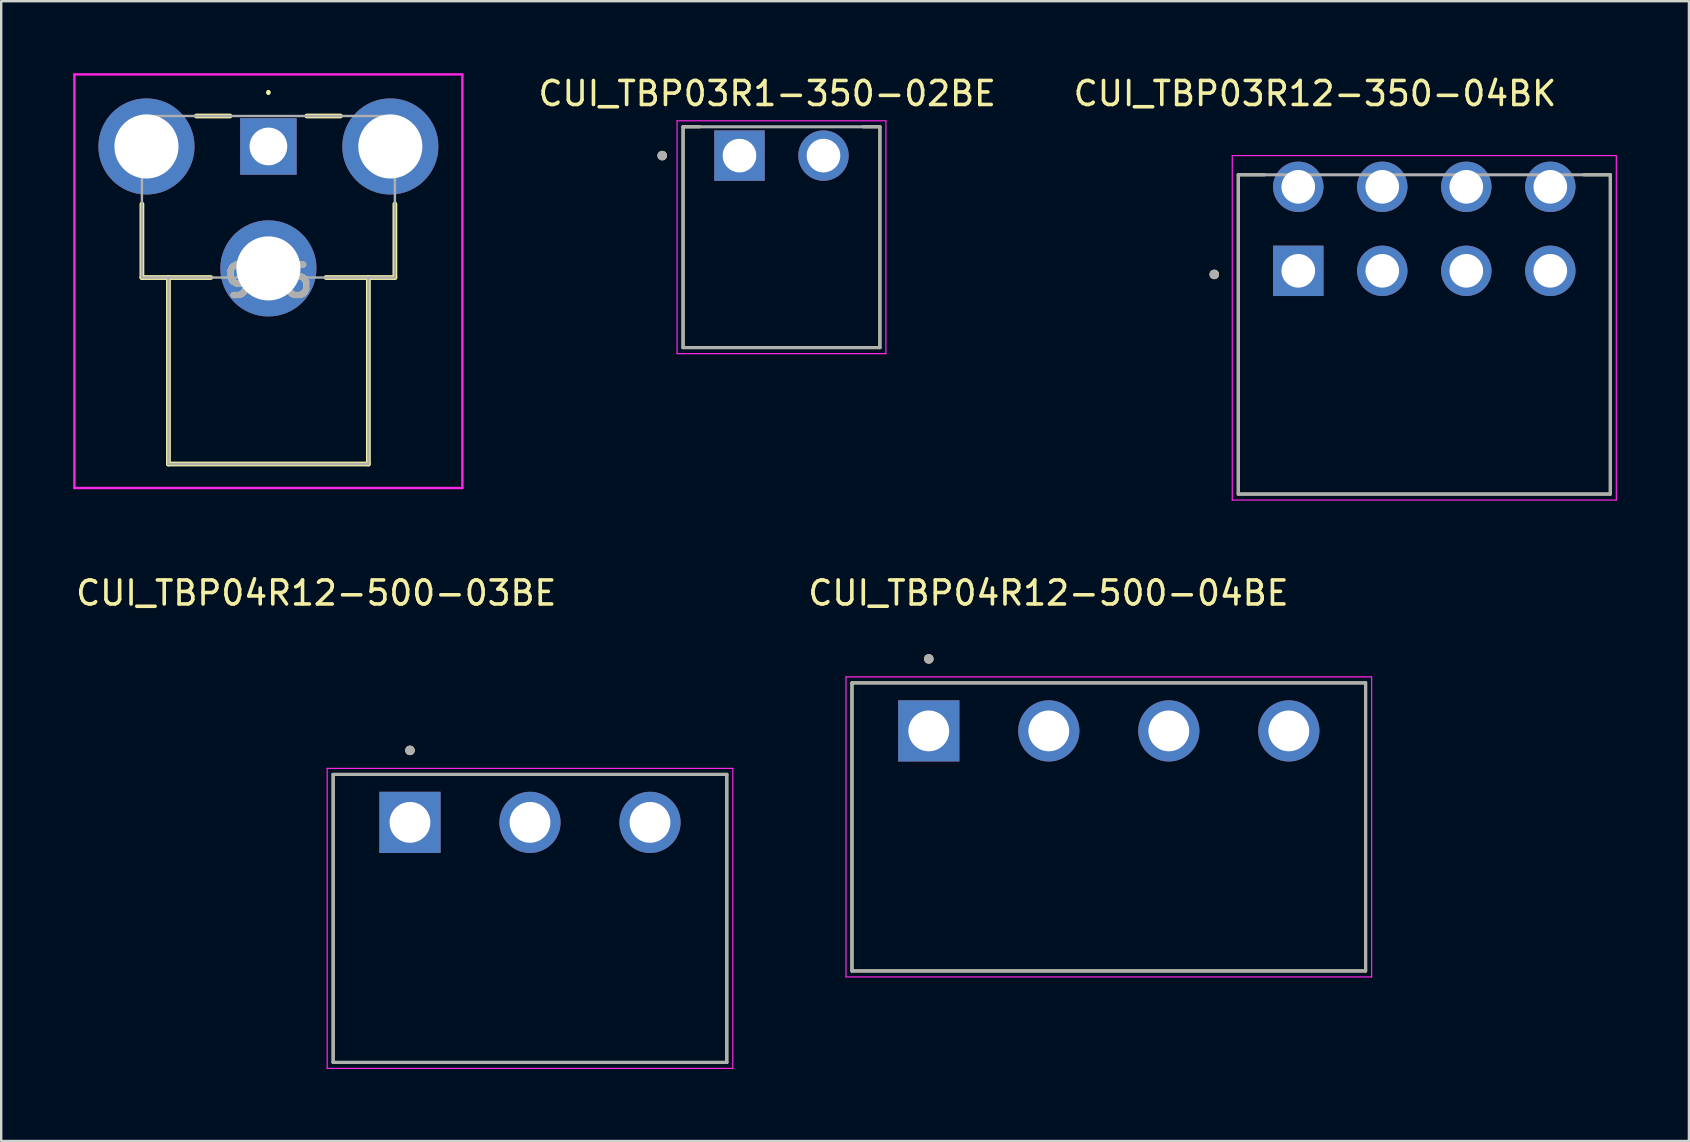
<source format=kicad_pcb>
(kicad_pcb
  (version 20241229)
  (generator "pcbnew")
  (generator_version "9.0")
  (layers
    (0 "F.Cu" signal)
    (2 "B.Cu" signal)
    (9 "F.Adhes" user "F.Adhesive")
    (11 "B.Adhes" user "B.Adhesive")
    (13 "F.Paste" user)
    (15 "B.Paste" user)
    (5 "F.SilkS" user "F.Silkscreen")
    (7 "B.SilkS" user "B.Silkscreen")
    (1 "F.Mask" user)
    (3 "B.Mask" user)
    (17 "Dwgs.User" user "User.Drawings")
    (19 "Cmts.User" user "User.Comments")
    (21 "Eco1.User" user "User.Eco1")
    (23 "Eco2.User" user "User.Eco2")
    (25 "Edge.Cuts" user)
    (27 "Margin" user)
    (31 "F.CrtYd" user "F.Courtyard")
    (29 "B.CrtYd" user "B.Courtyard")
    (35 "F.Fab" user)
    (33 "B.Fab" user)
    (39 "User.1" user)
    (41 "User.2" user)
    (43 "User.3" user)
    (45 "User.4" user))
  (footprint "936"
    (layer "F.Cu")
    (at 8.132 3.052)
    (property "Reference" "936" (at 0 5.614 0) (layer "F.SilkS") (effects (font (size 1.27 1.27) (thickness 0.254))))
    (attr through_hole)
    (fp_line (start -5.27 2.4) (end -5.27 5.46) (stroke (width 0.2) (type solid)) (layer "F.SilkS"))
    (fp_line (start -5.27 5.46) (end -2.4 5.46) (stroke (width 0.2) (type solid)) (layer "F.SilkS"))
    (fp_line (start -4.165 5.46) (end -4.165 13.23) (stroke (width 0.2) (type solid)) (layer "F.SilkS"))
    (fp_line (start -4.165 13.23) (end 4.165 13.23) (stroke (width 0.2) (type solid)) (layer "F.SilkS"))
    (fp_line (start -3 -1.27) (end -1.6 -1.27) (stroke (width 0.2) (type solid)) (layer "F.SilkS"))
    (fp_line (start 0 -2.3) (end 0 -2.3) (stroke (width 0.1) (type solid)) (layer "F.SilkS"))
    (fp_line (start 0 -2.2) (end 0 -2.2) (stroke (width 0.1) (type solid)) (layer "F.SilkS"))
    (fp_line (start 1.6 -1.27) (end 3 -1.27) (stroke (width 0.2) (type solid)) (layer "F.SilkS"))
    (fp_line (start 4.165 13.23) (end 4.165 5.46) (stroke (width 0.2) (type solid)) (layer "F.SilkS"))
    (fp_line (start 5.27 2.4) (end 5.27 5.46) (stroke (width 0.2) (type solid)) (layer "F.SilkS"))
    (fp_line (start 5.27 5.46) (end 2.4 5.46) (stroke (width 0.2) (type solid)) (layer "F.SilkS"))
    (fp_arc (start 0 -2.3) (mid 0.05 -2.25) (end 0 -2.2) (stroke (width 0.1) (type solid)) (layer "F.SilkS"))
    (fp_arc (start 0 -2.2) (mid -0.05 -2.25) (end 0 -2.3) (stroke (width 0.1) (type solid)) (layer "F.SilkS"))
    (fp_line (start -8.082 -3.002) (end 8.082 -3.002) (stroke (width 0.1) (type solid)) (layer "F.CrtYd"))
    (fp_line (start -8.082 14.23) (end -8.082 -3.002) (stroke (width 0.1) (type solid)) (layer "F.CrtYd"))
    (fp_line (start 8.082 -3.002) (end 8.082 14.23) (stroke (width 0.1) (type solid)) (layer "F.CrtYd"))
    (fp_line (start 8.082 14.23) (end -8.082 14.23) (stroke (width 0.1) (type solid)) (layer "F.CrtYd"))
    (fp_line (start -5.27 -1.27) (end 5.27 -1.27) (stroke (width 0.1) (type solid)) (layer "F.Fab"))
    (fp_line (start -5.27 5.46) (end -5.27 -1.27) (stroke (width 0.1) (type solid)) (layer "F.Fab"))
    (fp_line (start -4.165 13.23) (end -4.165 5.46) (stroke (width 0.1) (type solid)) (layer "F.Fab"))
    (fp_line (start 4.165 5.46) (end 4.165 13.23) (stroke (width 0.1) (type solid)) (layer "F.Fab"))
    (fp_line (start 4.165 13.23) (end -4.165 13.23) (stroke (width 0.1) (type solid)) (layer "F.Fab"))
    (fp_line (start 5.27 -1.27) (end 5.27 5.46) (stroke (width 0.1) (type solid)) (layer "F.Fab"))
    (fp_line (start 5.27 5.46) (end -5.27 5.46) (stroke (width 0.1) (type solid)) (layer "F.Fab"))
    (fp_text user "${REFERENCE}" (at 0 5.614 0) (layer "F.Fab") (effects (font (size 1.27 1.27) (thickness 0.254))))
    (pad "1" thru_hole rect (at 0 0) (size 2.355 2.355) (drill 1.57) (layers "*.Cu" "*.Mask"))
    (pad "MH1" thru_hole circle (at -5.08 0) (size 4.005 4.005) (drill 2.67) (layers "*.Cu" "*.Mask"))
    (pad "MH2" thru_hole circle (at 5.08 0) (size 4.005 4.005) (drill 2.67) (layers "*.Cu" "*.Mask"))
    (pad "MH3" thru_hole circle (at 0 5.08) (size 4.005 4.005) (drill 2.67) (layers "*.Cu" "*.Mask")))
  (footprint "CUI_TBP03R1-350-02BE"
    (layer "F.Cu")
    (at 27.758 3.433)
    (property "Reference" "CUI_TBP03R1-350-02BE" (at 1.155 -2.585 0) (layer "F.SilkS") (effects (font (size 1 1) (thickness 0.15))))
    (attr through_hole)
    (fp_line (start -2.35 -1.2) (end -2.35 8) (stroke (width 0.127) (type solid)) (layer "F.SilkS"))
    (fp_line (start -2.35 -1.2) (end -1.65 -1.2) (stroke (width 0.127) (type solid)) (layer "F.SilkS"))
    (fp_line (start -2.35 8) (end 5.85 8) (stroke (width 0.127) (type solid)) (layer "F.SilkS"))
    (fp_line (start 5.15 -1.2) (end 5.85 -1.2) (stroke (width 0.127) (type solid)) (layer "F.SilkS"))
    (fp_line (start 5.85 8) (end 5.85 -1.2) (stroke (width 0.127) (type solid)) (layer "F.SilkS"))
    (fp_circle (center -3.22 0) (end -3.12 0) (stroke (width 0.2) (type solid)) (fill no) (layer "F.SilkS"))
    (fp_line (start -2.6 -1.45) (end -2.6 8.25) (stroke (width 0.05) (type solid)) (layer "F.CrtYd"))
    (fp_line (start -2.6 8.25) (end 6.1 8.25) (stroke (width 0.05) (type solid)) (layer "F.CrtYd"))
    (fp_line (start 6.1 -1.45) (end -2.6 -1.45) (stroke (width 0.05) (type solid)) (layer "F.CrtYd"))
    (fp_line (start 6.1 8.25) (end 6.1 -1.45) (stroke (width 0.05) (type solid)) (layer "F.CrtYd"))
    (fp_line (start -2.35 -1.2) (end -2.35 8) (stroke (width 0.127) (type solid)) (layer "F.Fab"))
    (fp_line (start -2.35 8) (end 5.85 8) (stroke (width 0.127) (type solid)) (layer "F.Fab"))
    (fp_line (start 5.85 -1.2) (end -2.35 -1.2) (stroke (width 0.127) (type solid)) (layer "F.Fab"))
    (fp_line (start 5.85 8) (end 5.85 -1.2) (stroke (width 0.127) (type solid)) (layer "F.Fab"))
    (fp_circle (center -3.22 0) (end -3.12 0) (stroke (width 0.2) (type solid)) (fill no) (layer "F.Fab"))
    (pad "1" thru_hole rect (at 0 0) (size 2.1 2.1) (drill 1.4) (layers "*.Cu" "*.Mask"))
    (pad "2" thru_hole circle (at 3.5 0) (size 2.1 2.1) (drill 1.4) (layers "*.Cu" "*.Mask")))
  (footprint "CUI_TBP03R12-350-04BK"
    (layer "F.Cu")
    (at 51.039 8.233)
    (property "Reference" "CUI_TBP03R12-350-04BK" (at 0.695 -7.385 0) (layer "F.SilkS") (effects (font (size 1 1) (thickness 0.15))))
    (attr through_hole)
    (fp_line (start -2.5 -4) (end -2.5 9.3) (stroke (width 0.127) (type solid)) (layer "F.SilkS"))
    (fp_line (start -2.5 -4) (end -1.4 -4) (stroke (width 0.127) (type solid)) (layer "F.SilkS"))
    (fp_line (start -2.5 9.3) (end 13 9.3) (stroke (width 0.127) (type solid)) (layer "F.SilkS"))
    (fp_line (start 13 -4) (end 11.9 -4) (stroke (width 0.127) (type solid)) (layer "F.SilkS"))
    (fp_line (start 13 9.3) (end 13 -4) (stroke (width 0.127) (type solid)) (layer "F.SilkS"))
    (fp_circle (center -3.5 0.15) (end -3.4 0.15) (stroke (width 0.2) (type solid)) (fill no) (layer "F.SilkS"))
    (fp_line (start -2.75 -4.8) (end -2.75 9.55) (stroke (width 0.05) (type solid)) (layer "F.CrtYd"))
    (fp_line (start -2.75 9.55) (end 13.25 9.55) (stroke (width 0.05) (type solid)) (layer "F.CrtYd"))
    (fp_line (start 13.25 -4.8) (end -2.75 -4.8) (stroke (width 0.05) (type solid)) (layer "F.CrtYd"))
    (fp_line (start 13.25 9.55) (end 13.25 -4.8) (stroke (width 0.05) (type solid)) (layer "F.CrtYd"))
    (fp_line (start -2.5 -4) (end -2.5 9.3) (stroke (width 0.127) (type solid)) (layer "F.Fab"))
    (fp_line (start -2.5 9.3) (end 13 9.3) (stroke (width 0.127) (type solid)) (layer "F.Fab"))
    (fp_line (start 13 -4) (end -2.5 -4) (stroke (width 0.127) (type solid)) (layer "F.Fab"))
    (fp_line (start 13 9.3) (end 13 -4) (stroke (width 0.127) (type solid)) (layer "F.Fab"))
    (fp_circle (center -3.5 0.15) (end -3.4 0.15) (stroke (width 0.2) (type solid)) (fill no) (layer "F.Fab"))
    (pad "1A" thru_hole rect (at 0 0) (size 2.1 2.1) (drill 1.4) (layers "*.Cu" "*.Mask"))
    (pad "1B" thru_hole circle (at 0 -3.5) (size 2.1 2.1) (drill 1.4) (layers "*.Cu" "*.Mask"))
    (pad "2A" thru_hole circle (at 3.5 0) (size 2.1 2.1) (drill 1.4) (layers "*.Cu" "*.Mask"))
    (pad "2B" thru_hole circle (at 3.5 -3.5) (size 2.1 2.1) (drill 1.4) (layers "*.Cu" "*.Mask"))
    (pad "3A" thru_hole circle (at 7 0) (size 2.1 2.1) (drill 1.4) (layers "*.Cu" "*.Mask"))
    (pad "3B" thru_hole circle (at 7 -3.5) (size 2.1 2.1) (drill 1.4) (layers "*.Cu" "*.Mask"))
    (pad "4A" thru_hole circle (at 10.5 0) (size 2.1 2.1) (drill 1.4) (layers "*.Cu" "*.Mask"))
    (pad "4B" thru_hole circle (at 10.5 -3.5) (size 2.1 2.1) (drill 1.4) (layers "*.Cu" "*.Mask")))
  (footprint "CUI_TBP04R12-500-04BE"
    (layer "F.Cu")
    (at 35.645 27.401)
    (property "Reference" "CUI_TBP04R12-500-04BE" (at 4.985 -5.745 0) (layer "F.SilkS") (effects (font (size 1 1) (thickness 0.15))))
    (attr through_hole)
    (fp_line (start -3.2 -2) (end 18.2 -2) (stroke (width 0.127) (type solid)) (layer "F.SilkS"))
    (fp_line (start -3.2 10) (end -3.2 -2) (stroke (width 0.127) (type solid)) (layer "F.SilkS"))
    (fp_line (start 18.2 -2) (end 18.2 10) (stroke (width 0.127) (type solid)) (layer "F.SilkS"))
    (fp_line (start 18.2 10) (end -3.2 10) (stroke (width 0.127) (type solid)) (layer "F.SilkS"))
    (fp_circle (center 0 -3) (end 0.1 -3) (stroke (width 0.2) (type solid)) (fill no) (layer "F.SilkS"))
    (fp_line (start -3.45 -2.25) (end 18.45 -2.25) (stroke (width 0.05) (type solid)) (layer "F.CrtYd"))
    (fp_line (start -3.45 10.25) (end -3.45 -2.25) (stroke (width 0.05) (type solid)) (layer "F.CrtYd"))
    (fp_line (start 18.45 -2.25) (end 18.45 10.25) (stroke (width 0.05) (type solid)) (layer "F.CrtYd"))
    (fp_line (start 18.45 10.25) (end -3.45 10.25) (stroke (width 0.05) (type solid)) (layer "F.CrtYd"))
    (fp_line (start -3.2 -2) (end 18.2 -2) (stroke (width 0.127) (type solid)) (layer "F.Fab"))
    (fp_line (start -3.2 10) (end -3.2 -2) (stroke (width 0.127) (type solid)) (layer "F.Fab"))
    (fp_line (start 18.2 -2) (end 18.2 10) (stroke (width 0.127) (type solid)) (layer "F.Fab"))
    (fp_line (start 18.2 10) (end -3.2 10) (stroke (width 0.127) (type solid)) (layer "F.Fab"))
    (fp_circle (center 0 -3) (end 0.1 -3) (stroke (width 0.2) (type solid)) (fill no) (layer "F.Fab"))
    (pad "1" thru_hole rect (at 0 0) (size 2.55 2.55) (drill 1.7) (layers "*.Cu" "*.Mask"))
    (pad "2" thru_hole circle (at 5 0) (size 2.55 2.55) (drill 1.7) (layers "*.Cu" "*.Mask"))
    (pad "3" thru_hole circle (at 10 0) (size 2.55 2.55) (drill 1.7) (layers "*.Cu" "*.Mask"))
    (pad "4" thru_hole circle (at 15 0) (size 2.55 2.55) (drill 1.7) (layers "*.Cu" "*.Mask")))
  (footprint "CUI_TBP04R12-500-03BE"
    (layer "F.Cu")
    (at 14.03 31.212)
    (property "Reference" "CUI_TBP04R12-500-03BE" (at -3.905 -9.555 0) (layer "F.SilkS") (effects (font (size 1 1) (thickness 0.15))))
    (attr through_hole)
    (fp_line (start -3.2 -2) (end 13.2 -2) (stroke (width 0.127) (type solid)) (layer "F.SilkS"))
    (fp_line (start -3.2 10) (end -3.2 -2) (stroke (width 0.127) (type solid)) (layer "F.SilkS"))
    (fp_line (start 13.2 -2) (end 13.2 10) (stroke (width 0.127) (type solid)) (layer "F.SilkS"))
    (fp_line (start 13.2 10) (end -3.2 10) (stroke (width 0.127) (type solid)) (layer "F.SilkS"))
    (fp_circle (center 0 -3) (end 0.1 -3) (stroke (width 0.2) (type solid)) (fill no) (layer "F.SilkS"))
    (fp_line (start -3.45 -2.25) (end 13.45 -2.25) (stroke (width 0.05) (type solid)) (layer "F.CrtYd"))
    (fp_line (start -3.45 10.25) (end -3.45 -2.25) (stroke (width 0.05) (type solid)) (layer "F.CrtYd"))
    (fp_line (start 13.45 -2.25) (end 13.45 10.25) (stroke (width 0.05) (type solid)) (layer "F.CrtYd"))
    (fp_line (start 13.45 10.25) (end -3.45 10.25) (stroke (width 0.05) (type solid)) (layer "F.CrtYd"))
    (fp_line (start -3.2 -2) (end 13.2 -2) (stroke (width 0.127) (type solid)) (layer "F.Fab"))
    (fp_line (start -3.2 10) (end -3.2 -2) (stroke (width 0.127) (type solid)) (layer "F.Fab"))
    (fp_line (start 13.2 -2) (end 13.2 10) (stroke (width 0.127) (type solid)) (layer "F.Fab"))
    (fp_line (start 13.2 10) (end -3.2 10) (stroke (width 0.127) (type solid)) (layer "F.Fab"))
    (fp_circle (center 0 -3) (end 0.1 -3) (stroke (width 0.2) (type solid)) (fill no) (layer "F.Fab"))
    (pad "1" thru_hole rect (at 0 0) (size 2.55 2.55) (drill 1.7) (layers "*.Cu" "*.Mask"))
    (pad "2" thru_hole circle (at 5 0) (size 2.55 2.55) (drill 1.7) (layers "*.Cu" "*.Mask"))
    (pad "3" thru_hole circle (at 10 0) (size 2.55 2.55) (drill 1.7) (layers "*.Cu" "*.Mask")))
  (gr_rect
    (start -3 -3)
    (end 67.314 44.486)
    (stroke (width 0.1) (type default))
    (fill no)
    (layer "Edge.Cuts")))
</source>
